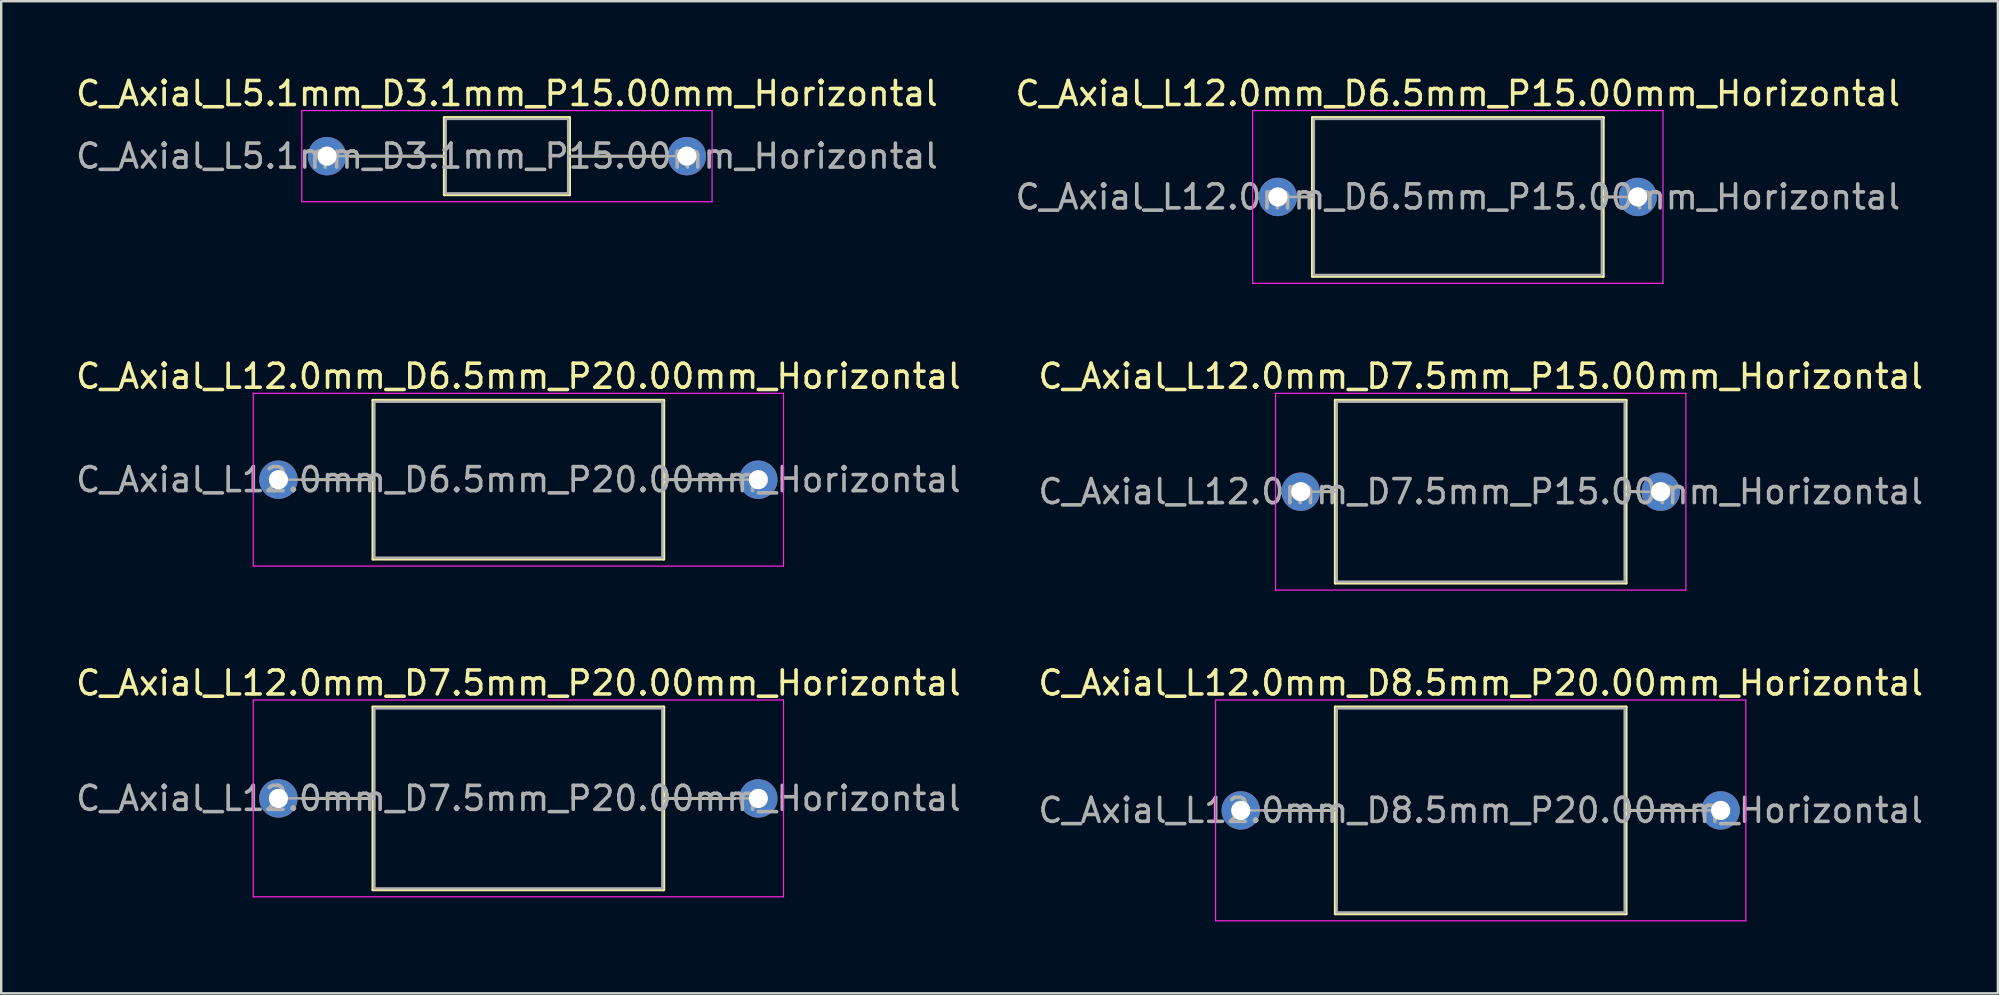
<source format=kicad_pcb>
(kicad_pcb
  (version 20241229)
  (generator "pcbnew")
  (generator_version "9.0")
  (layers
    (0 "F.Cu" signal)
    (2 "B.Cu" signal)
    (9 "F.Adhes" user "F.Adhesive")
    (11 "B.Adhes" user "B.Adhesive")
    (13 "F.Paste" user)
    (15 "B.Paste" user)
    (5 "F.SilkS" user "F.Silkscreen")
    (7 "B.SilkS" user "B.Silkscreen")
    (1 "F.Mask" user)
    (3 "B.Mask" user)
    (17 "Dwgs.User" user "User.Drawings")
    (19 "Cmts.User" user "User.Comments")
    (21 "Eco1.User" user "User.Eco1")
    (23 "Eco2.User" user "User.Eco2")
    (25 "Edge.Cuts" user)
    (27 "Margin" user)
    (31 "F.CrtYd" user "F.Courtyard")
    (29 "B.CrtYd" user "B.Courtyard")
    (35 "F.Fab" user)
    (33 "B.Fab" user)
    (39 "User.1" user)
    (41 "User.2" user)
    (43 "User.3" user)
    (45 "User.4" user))
  (footprint "C_Axial_L12.0mm_D7.5mm_P20.00mm_Horizontal"
    (layer "F.Cu")
    (at 8.554 30.225)
    (property "Reference" "C_Axial_L12.0mm_D7.5mm_P20.00mm_Horizontal" (at 10 -4.81 0) (layer "F.SilkS") (effects (font (size 1 1) (thickness 0.15))))
    (attr through_hole)
    (fp_line (start 0.98 0) (end 3.94 0) (stroke (width 0.12) (type solid)) (layer "F.SilkS"))
    (fp_line (start 3.94 -3.81) (end 3.94 3.81) (stroke (width 0.12) (type solid)) (layer "F.SilkS"))
    (fp_line (start 3.94 3.81) (end 16.06 3.81) (stroke (width 0.12) (type solid)) (layer "F.SilkS"))
    (fp_line (start 16.06 -3.81) (end 3.94 -3.81) (stroke (width 0.12) (type solid)) (layer "F.SilkS"))
    (fp_line (start 16.06 3.81) (end 16.06 -3.81) (stroke (width 0.12) (type solid)) (layer "F.SilkS"))
    (fp_line (start 19.02 0) (end 16.06 0) (stroke (width 0.12) (type solid)) (layer "F.SilkS"))
    (fp_line (start -1.05 -4.1) (end -1.05 4.1) (stroke (width 0.05) (type solid)) (layer "F.CrtYd"))
    (fp_line (start -1.05 4.1) (end 21.05 4.1) (stroke (width 0.05) (type solid)) (layer "F.CrtYd"))
    (fp_line (start 21.05 -4.1) (end -1.05 -4.1) (stroke (width 0.05) (type solid)) (layer "F.CrtYd"))
    (fp_line (start 21.05 4.1) (end 21.05 -4.1) (stroke (width 0.05) (type solid)) (layer "F.CrtYd"))
    (fp_line (start 0 0) (end 4 0) (stroke (width 0.1) (type solid)) (layer "F.Fab"))
    (fp_line (start 4 -3.75) (end 4 3.75) (stroke (width 0.1) (type solid)) (layer "F.Fab"))
    (fp_line (start 4 3.75) (end 16 3.75) (stroke (width 0.1) (type solid)) (layer "F.Fab"))
    (fp_line (start 16 -3.75) (end 4 -3.75) (stroke (width 0.1) (type solid)) (layer "F.Fab"))
    (fp_line (start 16 3.75) (end 16 -3.75) (stroke (width 0.1) (type solid)) (layer "F.Fab"))
    (fp_line (start 20 0) (end 16 0) (stroke (width 0.1) (type solid)) (layer "F.Fab"))
    (fp_text user "${REFERENCE}" (at 10 0 0) (layer "F.Fab") (effects (font (size 1 1) (thickness 0.15))))
    (pad "1" thru_hole circle (at 0 0) (size 1.6 1.6) (drill 0.8) (layers "*.Cu" "*.Mask"))
    (pad "2" thru_hole oval (at 20 0) (size 1.6 1.6) (drill 0.8) (layers "*.Cu" "*.Mask")))
  (footprint "C_Axial_L12.0mm_D6.5mm_P15.00mm_Horizontal"
    (layer "F.Cu")
    (at 50.208 5.158)
    (property "Reference" "C_Axial_L12.0mm_D6.5mm_P15.00mm_Horizontal" (at 7.5 -4.31 0) (layer "F.SilkS") (effects (font (size 1 1) (thickness 0.15))))
    (attr through_hole)
    (fp_line (start 0.98 0) (end 1.44 0) (stroke (width 0.12) (type solid)) (layer "F.SilkS"))
    (fp_line (start 1.44 -3.31) (end 1.44 3.31) (stroke (width 0.12) (type solid)) (layer "F.SilkS"))
    (fp_line (start 1.44 3.31) (end 13.56 3.31) (stroke (width 0.12) (type solid)) (layer "F.SilkS"))
    (fp_line (start 13.56 -3.31) (end 1.44 -3.31) (stroke (width 0.12) (type solid)) (layer "F.SilkS"))
    (fp_line (start 13.56 3.31) (end 13.56 -3.31) (stroke (width 0.12) (type solid)) (layer "F.SilkS"))
    (fp_line (start 14.02 0) (end 13.56 0) (stroke (width 0.12) (type solid)) (layer "F.SilkS"))
    (fp_line (start -1.05 -3.6) (end -1.05 3.6) (stroke (width 0.05) (type solid)) (layer "F.CrtYd"))
    (fp_line (start -1.05 3.6) (end 16.05 3.6) (stroke (width 0.05) (type solid)) (layer "F.CrtYd"))
    (fp_line (start 16.05 -3.6) (end -1.05 -3.6) (stroke (width 0.05) (type solid)) (layer "F.CrtYd"))
    (fp_line (start 16.05 3.6) (end 16.05 -3.6) (stroke (width 0.05) (type solid)) (layer "F.CrtYd"))
    (fp_line (start 0 0) (end 1.5 0) (stroke (width 0.1) (type solid)) (layer "F.Fab"))
    (fp_line (start 1.5 -3.25) (end 1.5 3.25) (stroke (width 0.1) (type solid)) (layer "F.Fab"))
    (fp_line (start 1.5 3.25) (end 13.5 3.25) (stroke (width 0.1) (type solid)) (layer "F.Fab"))
    (fp_line (start 13.5 -3.25) (end 1.5 -3.25) (stroke (width 0.1) (type solid)) (layer "F.Fab"))
    (fp_line (start 13.5 3.25) (end 13.5 -3.25) (stroke (width 0.1) (type solid)) (layer "F.Fab"))
    (fp_line (start 15 0) (end 13.5 0) (stroke (width 0.1) (type solid)) (layer "F.Fab"))
    (fp_text user "${REFERENCE}" (at 7.5 0 0) (layer "F.Fab") (effects (font (size 1 1) (thickness 0.15))))
    (pad "1" thru_hole circle (at 0 0) (size 1.6 1.6) (drill 0.8) (layers "*.Cu" "*.Mask"))
    (pad "2" thru_hole oval (at 15 0) (size 1.6 1.6) (drill 0.8) (layers "*.Cu" "*.Mask")))
  (footprint "C_Axial_L5.1mm_D3.1mm_P15.00mm_Horizontal"
    (layer "F.Cu")
    (at 10.577 3.458)
    (property "Reference" "C_Axial_L5.1mm_D3.1mm_P15.00mm_Horizontal" (at 7.5 -2.61 0) (layer "F.SilkS") (effects (font (size 1 1) (thickness 0.15))))
    (attr through_hole)
    (fp_line (start 0.98 0) (end 4.89 0) (stroke (width 0.12) (type solid)) (layer "F.SilkS"))
    (fp_line (start 4.89 -1.61) (end 4.89 1.61) (stroke (width 0.12) (type solid)) (layer "F.SilkS"))
    (fp_line (start 4.89 1.61) (end 10.11 1.61) (stroke (width 0.12) (type solid)) (layer "F.SilkS"))
    (fp_line (start 10.11 -1.61) (end 4.89 -1.61) (stroke (width 0.12) (type solid)) (layer "F.SilkS"))
    (fp_line (start 10.11 1.61) (end 10.11 -1.61) (stroke (width 0.12) (type solid)) (layer "F.SilkS"))
    (fp_line (start 14.02 0) (end 10.11 0) (stroke (width 0.12) (type solid)) (layer "F.SilkS"))
    (fp_line (start -1.05 -1.9) (end -1.05 1.9) (stroke (width 0.05) (type solid)) (layer "F.CrtYd"))
    (fp_line (start -1.05 1.9) (end 16.05 1.9) (stroke (width 0.05) (type solid)) (layer "F.CrtYd"))
    (fp_line (start 16.05 -1.9) (end -1.05 -1.9) (stroke (width 0.05) (type solid)) (layer "F.CrtYd"))
    (fp_line (start 16.05 1.9) (end 16.05 -1.9) (stroke (width 0.05) (type solid)) (layer "F.CrtYd"))
    (fp_line (start 0 0) (end 4.95 0) (stroke (width 0.1) (type solid)) (layer "F.Fab"))
    (fp_line (start 4.95 -1.55) (end 4.95 1.55) (stroke (width 0.1) (type solid)) (layer "F.Fab"))
    (fp_line (start 4.95 1.55) (end 10.05 1.55) (stroke (width 0.1) (type solid)) (layer "F.Fab"))
    (fp_line (start 10.05 -1.55) (end 4.95 -1.55) (stroke (width 0.1) (type solid)) (layer "F.Fab"))
    (fp_line (start 10.05 1.55) (end 10.05 -1.55) (stroke (width 0.1) (type solid)) (layer "F.Fab"))
    (fp_line (start 15 0) (end 10.05 0) (stroke (width 0.1) (type solid)) (layer "F.Fab"))
    (fp_text user "${REFERENCE}" (at 7.5 0 0) (layer "F.Fab") (effects (font (size 1 1) (thickness 0.15))))
    (pad "1" thru_hole circle (at 0 0) (size 1.6 1.6) (drill 0.8) (layers "*.Cu" "*.Mask"))
    (pad "2" thru_hole oval (at 15 0) (size 1.6 1.6) (drill 0.8) (layers "*.Cu" "*.Mask")))
  (footprint "C_Axial_L12.0mm_D7.5mm_P15.00mm_Horizontal"
    (layer "F.Cu")
    (at 51.161 17.442)
    (property "Reference" "C_Axial_L12.0mm_D7.5mm_P15.00mm_Horizontal" (at 7.5 -4.81 0) (layer "F.SilkS") (effects (font (size 1 1) (thickness 0.15))))
    (attr through_hole)
    (fp_line (start 0.98 0) (end 1.44 0) (stroke (width 0.12) (type solid)) (layer "F.SilkS"))
    (fp_line (start 1.44 -3.81) (end 1.44 3.81) (stroke (width 0.12) (type solid)) (layer "F.SilkS"))
    (fp_line (start 1.44 3.81) (end 13.56 3.81) (stroke (width 0.12) (type solid)) (layer "F.SilkS"))
    (fp_line (start 13.56 -3.81) (end 1.44 -3.81) (stroke (width 0.12) (type solid)) (layer "F.SilkS"))
    (fp_line (start 13.56 3.81) (end 13.56 -3.81) (stroke (width 0.12) (type solid)) (layer "F.SilkS"))
    (fp_line (start 14.02 0) (end 13.56 0) (stroke (width 0.12) (type solid)) (layer "F.SilkS"))
    (fp_line (start -1.05 -4.1) (end -1.05 4.1) (stroke (width 0.05) (type solid)) (layer "F.CrtYd"))
    (fp_line (start -1.05 4.1) (end 16.05 4.1) (stroke (width 0.05) (type solid)) (layer "F.CrtYd"))
    (fp_line (start 16.05 -4.1) (end -1.05 -4.1) (stroke (width 0.05) (type solid)) (layer "F.CrtYd"))
    (fp_line (start 16.05 4.1) (end 16.05 -4.1) (stroke (width 0.05) (type solid)) (layer "F.CrtYd"))
    (fp_line (start 0 0) (end 1.5 0) (stroke (width 0.1) (type solid)) (layer "F.Fab"))
    (fp_line (start 1.5 -3.75) (end 1.5 3.75) (stroke (width 0.1) (type solid)) (layer "F.Fab"))
    (fp_line (start 1.5 3.75) (end 13.5 3.75) (stroke (width 0.1) (type solid)) (layer "F.Fab"))
    (fp_line (start 13.5 -3.75) (end 1.5 -3.75) (stroke (width 0.1) (type solid)) (layer "F.Fab"))
    (fp_line (start 13.5 3.75) (end 13.5 -3.75) (stroke (width 0.1) (type solid)) (layer "F.Fab"))
    (fp_line (start 15 0) (end 13.5 0) (stroke (width 0.1) (type solid)) (layer "F.Fab"))
    (fp_text user "${REFERENCE}" (at 7.5 0 0) (layer "F.Fab") (effects (font (size 1 1) (thickness 0.15))))
    (pad "1" thru_hole circle (at 0 0) (size 1.6 1.6) (drill 0.8) (layers "*.Cu" "*.Mask"))
    (pad "2" thru_hole oval (at 15 0) (size 1.6 1.6) (drill 0.8) (layers "*.Cu" "*.Mask")))
  (footprint "C_Axial_L12.0mm_D8.5mm_P20.00mm_Horizontal"
    (layer "F.Cu")
    (at 48.661 30.725)
    (property "Reference" "C_Axial_L12.0mm_D8.5mm_P20.00mm_Horizontal" (at 10 -5.31 0) (layer "F.SilkS") (effects (font (size 1 1) (thickness 0.15))))
    (attr through_hole)
    (fp_line (start 0.98 0) (end 3.94 0) (stroke (width 0.12) (type solid)) (layer "F.SilkS"))
    (fp_line (start 3.94 -4.31) (end 3.94 4.31) (stroke (width 0.12) (type solid)) (layer "F.SilkS"))
    (fp_line (start 3.94 4.31) (end 16.06 4.31) (stroke (width 0.12) (type solid)) (layer "F.SilkS"))
    (fp_line (start 16.06 -4.31) (end 3.94 -4.31) (stroke (width 0.12) (type solid)) (layer "F.SilkS"))
    (fp_line (start 16.06 4.31) (end 16.06 -4.31) (stroke (width 0.12) (type solid)) (layer "F.SilkS"))
    (fp_line (start 19.02 0) (end 16.06 0) (stroke (width 0.12) (type solid)) (layer "F.SilkS"))
    (fp_line (start -1.05 -4.6) (end -1.05 4.6) (stroke (width 0.05) (type solid)) (layer "F.CrtYd"))
    (fp_line (start -1.05 4.6) (end 21.05 4.6) (stroke (width 0.05) (type solid)) (layer "F.CrtYd"))
    (fp_line (start 21.05 -4.6) (end -1.05 -4.6) (stroke (width 0.05) (type solid)) (layer "F.CrtYd"))
    (fp_line (start 21.05 4.6) (end 21.05 -4.6) (stroke (width 0.05) (type solid)) (layer "F.CrtYd"))
    (fp_line (start 0 0) (end 4 0) (stroke (width 0.1) (type solid)) (layer "F.Fab"))
    (fp_line (start 4 -4.25) (end 4 4.25) (stroke (width 0.1) (type solid)) (layer "F.Fab"))
    (fp_line (start 4 4.25) (end 16 4.25) (stroke (width 0.1) (type solid)) (layer "F.Fab"))
    (fp_line (start 16 -4.25) (end 4 -4.25) (stroke (width 0.1) (type solid)) (layer "F.Fab"))
    (fp_line (start 16 4.25) (end 16 -4.25) (stroke (width 0.1) (type solid)) (layer "F.Fab"))
    (fp_line (start 20 0) (end 16 0) (stroke (width 0.1) (type solid)) (layer "F.Fab"))
    (fp_text user "${REFERENCE}" (at 10 0 0) (layer "F.Fab") (effects (font (size 1 1) (thickness 0.15))))
    (pad "1" thru_hole circle (at 0 0) (size 1.6 1.6) (drill 0.8) (layers "*.Cu" "*.Mask"))
    (pad "2" thru_hole oval (at 20 0) (size 1.6 1.6) (drill 0.8) (layers "*.Cu" "*.Mask")))
  (footprint "C_Axial_L12.0mm_D6.5mm_P20.00mm_Horizontal"
    (layer "F.Cu")
    (at 8.554 16.942)
    (property "Reference" "C_Axial_L12.0mm_D6.5mm_P20.00mm_Horizontal" (at 10 -4.31 0) (layer "F.SilkS") (effects (font (size 1 1) (thickness 0.15))))
    (attr through_hole)
    (fp_line (start 0.98 0) (end 3.94 0) (stroke (width 0.12) (type solid)) (layer "F.SilkS"))
    (fp_line (start 3.94 -3.31) (end 3.94 3.31) (stroke (width 0.12) (type solid)) (layer "F.SilkS"))
    (fp_line (start 3.94 3.31) (end 16.06 3.31) (stroke (width 0.12) (type solid)) (layer "F.SilkS"))
    (fp_line (start 16.06 -3.31) (end 3.94 -3.31) (stroke (width 0.12) (type solid)) (layer "F.SilkS"))
    (fp_line (start 16.06 3.31) (end 16.06 -3.31) (stroke (width 0.12) (type solid)) (layer "F.SilkS"))
    (fp_line (start 19.02 0) (end 16.06 0) (stroke (width 0.12) (type solid)) (layer "F.SilkS"))
    (fp_line (start -1.05 -3.6) (end -1.05 3.6) (stroke (width 0.05) (type solid)) (layer "F.CrtYd"))
    (fp_line (start -1.05 3.6) (end 21.05 3.6) (stroke (width 0.05) (type solid)) (layer "F.CrtYd"))
    (fp_line (start 21.05 -3.6) (end -1.05 -3.6) (stroke (width 0.05) (type solid)) (layer "F.CrtYd"))
    (fp_line (start 21.05 3.6) (end 21.05 -3.6) (stroke (width 0.05) (type solid)) (layer "F.CrtYd"))
    (fp_line (start 0 0) (end 4 0) (stroke (width 0.1) (type solid)) (layer "F.Fab"))
    (fp_line (start 4 -3.25) (end 4 3.25) (stroke (width 0.1) (type solid)) (layer "F.Fab"))
    (fp_line (start 4 3.25) (end 16 3.25) (stroke (width 0.1) (type solid)) (layer "F.Fab"))
    (fp_line (start 16 -3.25) (end 4 -3.25) (stroke (width 0.1) (type solid)) (layer "F.Fab"))
    (fp_line (start 16 3.25) (end 16 -3.25) (stroke (width 0.1) (type solid)) (layer "F.Fab"))
    (fp_line (start 20 0) (end 16 0) (stroke (width 0.1) (type solid)) (layer "F.Fab"))
    (fp_text user "${REFERENCE}" (at 10 0 0) (layer "F.Fab") (effects (font (size 1 1) (thickness 0.15))))
    (pad "1" thru_hole circle (at 0 0) (size 1.6 1.6) (drill 0.8) (layers "*.Cu" "*.Mask"))
    (pad "2" thru_hole oval (at 20 0) (size 1.6 1.6) (drill 0.8) (layers "*.Cu" "*.Mask")))
  (gr_rect
    (start -3 -3)
    (end 80.214 38.35)
    (stroke (width 0.1) (type default))
    (fill no)
    (layer "Edge.Cuts")))
</source>
